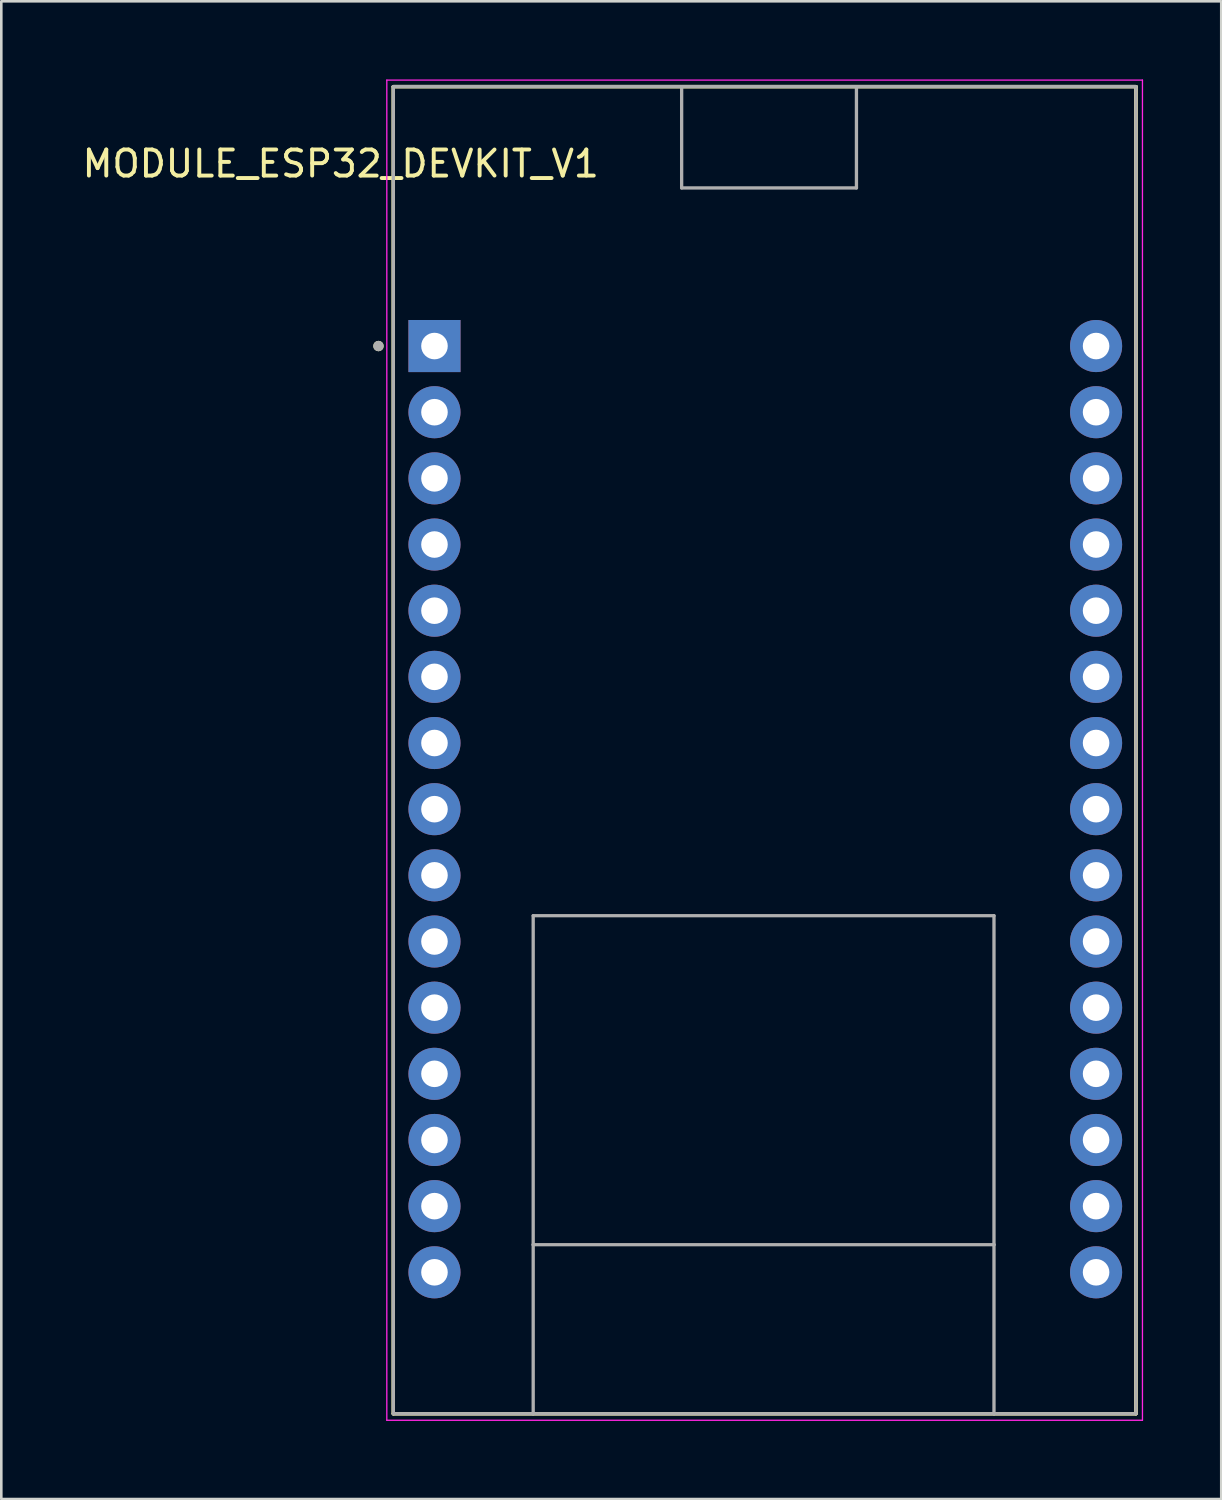
<source format=kicad_pcb>
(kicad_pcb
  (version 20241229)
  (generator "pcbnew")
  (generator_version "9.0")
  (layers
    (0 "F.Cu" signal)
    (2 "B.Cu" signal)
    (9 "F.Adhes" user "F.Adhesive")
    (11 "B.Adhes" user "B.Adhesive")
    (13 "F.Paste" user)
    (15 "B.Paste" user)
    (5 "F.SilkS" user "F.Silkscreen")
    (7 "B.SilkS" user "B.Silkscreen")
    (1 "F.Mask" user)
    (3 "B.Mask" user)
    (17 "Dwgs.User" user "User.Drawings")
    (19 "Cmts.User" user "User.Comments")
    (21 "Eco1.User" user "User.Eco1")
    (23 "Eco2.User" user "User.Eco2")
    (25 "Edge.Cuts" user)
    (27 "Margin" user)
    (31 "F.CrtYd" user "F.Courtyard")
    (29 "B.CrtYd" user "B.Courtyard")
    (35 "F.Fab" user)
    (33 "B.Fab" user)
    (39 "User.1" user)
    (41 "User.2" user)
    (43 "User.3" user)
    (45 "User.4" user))
  (footprint "MODULE_ESP32_DEVKIT_V1"
    (layer "F.Cu")
    (at 26.33 25.75)
    (property "Reference" "MODULE_ESP32_DEVKIT_V1" (at -16.3 -22.515 180) (layer "F.SilkS") (effects (font (size 1 1) (thickness 0.15))))
    (attr through_hole)
    (fp_line (start -14.28 -25.475) (end -3.211 -25.475) (stroke (width 0.127) (type solid)) (layer "F.SilkS"))
    (fp_line (start -14.28 -25.475) (end 14.23 -25.475) (stroke (width 0.127) (type solid)) (layer "F.SilkS"))
    (fp_line (start -14.28 25.475) (end -14.28 -25.475) (stroke (width 0.127) (type solid)) (layer "F.SilkS"))
    (fp_line (start -14.28 25.475) (end -14.28 -25.475) (stroke (width 0.127) (type solid)) (layer "F.SilkS"))
    (fp_line (start -14.28 25.475) (end -8.91 25.475) (stroke (width 0.127) (type solid)) (layer "F.SilkS"))
    (fp_line (start -8.91 25.475) (end 8.78 25.475) (stroke (width 0.127) (type solid)) (layer "F.SilkS"))
    (fp_line (start -3.211 -25.475) (end 3.5 -25.475) (stroke (width 0.127) (type solid)) (layer "F.SilkS"))
    (fp_line (start 3.5 -25.475) (end 14.23 -25.475) (stroke (width 0.127) (type solid)) (layer "F.SilkS"))
    (fp_line (start 8.78 25.475) (end 14.23 25.475) (stroke (width 0.127) (type solid)) (layer "F.SilkS"))
    (fp_line (start 14.23 -25.475) (end 14.23 25.475) (stroke (width 0.127) (type solid)) (layer "F.SilkS"))
    (fp_line (start 14.23 -25.475) (end 14.23 25.475) (stroke (width 0.127) (type solid)) (layer "F.SilkS"))
    (fp_line (start 14.23 25.475) (end -14.28 25.475) (stroke (width 0.127) (type solid)) (layer "F.SilkS"))
    (fp_circle (center -14.85 -15.515) (end -14.75 -15.515) (stroke (width 0.2) (type solid)) (fill no) (layer "F.SilkS"))
    (fp_line (start -14.53 -25.725) (end -14.53 25.725) (stroke (width 0.05) (type solid)) (layer "F.CrtYd"))
    (fp_line (start -14.53 25.725) (end 14.48 25.725) (stroke (width 0.05) (type solid)) (layer "F.CrtYd"))
    (fp_line (start 14.48 -25.725) (end -14.53 -25.725) (stroke (width 0.05) (type solid)) (layer "F.CrtYd"))
    (fp_line (start 14.48 25.725) (end 14.48 -25.725) (stroke (width 0.05) (type solid)) (layer "F.CrtYd"))
    (fp_line (start -14.28 -25.475) (end -3.211 -25.475) (stroke (width 0.127) (type solid)) (layer "F.Fab"))
    (fp_line (start -14.28 25.475) (end -14.28 -25.475) (stroke (width 0.127) (type solid)) (layer "F.Fab"))
    (fp_line (start -14.28 25.475) (end -8.91 25.475) (stroke (width 0.127) (type solid)) (layer "F.Fab"))
    (fp_line (start -8.91 6.355) (end 8.78 6.355) (stroke (width 0.127) (type solid)) (layer "F.Fab"))
    (fp_line (start -8.91 18.985) (end -8.91 6.355) (stroke (width 0.127) (type solid)) (layer "F.Fab"))
    (fp_line (start -8.91 18.985) (end 8.78 18.985) (stroke (width 0.127) (type solid)) (layer "F.Fab"))
    (fp_line (start -8.91 25.475) (end -8.91 18.985) (stroke (width 0.127) (type solid)) (layer "F.Fab"))
    (fp_line (start -8.91 25.475) (end 8.78 25.475) (stroke (width 0.127) (type solid)) (layer "F.Fab"))
    (fp_line (start -3.211 -25.475) (end 3.5 -25.475) (stroke (width 0.127) (type solid)) (layer "F.Fab"))
    (fp_line (start -3.211 -21.585) (end -3.211 -25.475) (stroke (width 0.127) (type solid)) (layer "F.Fab"))
    (fp_line (start 3.5 -25.475) (end 3.5 -21.585) (stroke (width 0.127) (type solid)) (layer "F.Fab"))
    (fp_line (start 3.5 -25.475) (end 14.23 -25.475) (stroke (width 0.127) (type solid)) (layer "F.Fab"))
    (fp_line (start 3.5 -21.585) (end -3.211 -21.585) (stroke (width 0.127) (type solid)) (layer "F.Fab"))
    (fp_line (start 8.78 6.355) (end 8.78 18.985) (stroke (width 0.127) (type solid)) (layer "F.Fab"))
    (fp_line (start 8.78 18.985) (end 8.78 25.475) (stroke (width 0.127) (type solid)) (layer "F.Fab"))
    (fp_line (start 8.78 25.475) (end 14.23 25.475) (stroke (width 0.127) (type solid)) (layer "F.Fab"))
    (fp_line (start 14.23 -25.475) (end 14.23 25.475) (stroke (width 0.127) (type solid)) (layer "F.Fab"))
    (fp_circle (center -14.85 -15.515) (end -14.75 -15.515) (stroke (width 0.2) (type solid)) (fill no) (layer "F.Fab"))
    (pad "1" thru_hole rect (at -12.7 -15.515) (size 2 2) (drill 1.02) (layers "*.Cu" "*.Mask"))
    (pad "2" thru_hole circle (at -12.7 -12.975) (size 2 2) (drill 1.02) (layers "*.Cu" "*.Mask"))
    (pad "3" thru_hole circle (at -12.7 -10.435) (size 2 2) (drill 1.02) (layers "*.Cu" "*.Mask"))
    (pad "4" thru_hole circle (at -12.7 -7.895) (size 2 2) (drill 1.02) (layers "*.Cu" "*.Mask"))
    (pad "5" thru_hole circle (at -12.7 -5.355) (size 2 2) (drill 1.02) (layers "*.Cu" "*.Mask"))
    (pad "6" thru_hole circle (at -12.7 -2.815) (size 2 2) (drill 1.02) (layers "*.Cu" "*.Mask"))
    (pad "7" thru_hole circle (at -12.7 -0.275) (size 2 2) (drill 1.02) (layers "*.Cu" "*.Mask"))
    (pad "8" thru_hole circle (at -12.7 2.265) (size 2 2) (drill 1.02) (layers "*.Cu" "*.Mask"))
    (pad "9" thru_hole circle (at -12.7 4.805) (size 2 2) (drill 1.02) (layers "*.Cu" "*.Mask"))
    (pad "10" thru_hole circle (at -12.7 7.345) (size 2 2) (drill 1.02) (layers "*.Cu" "*.Mask"))
    (pad "11" thru_hole circle (at -12.7 9.885) (size 2 2) (drill 1.02) (layers "*.Cu" "*.Mask"))
    (pad "12" thru_hole circle (at -12.7 12.425) (size 2 2) (drill 1.02) (layers "*.Cu" "*.Mask"))
    (pad "13" thru_hole circle (at -12.7 14.965) (size 2 2) (drill 1.02) (layers "*.Cu" "*.Mask"))
    (pad "14" thru_hole circle (at -12.7 17.505) (size 2 2) (drill 1.02) (layers "*.Cu" "*.Mask"))
    (pad "15" thru_hole circle (at -12.7 20.045) (size 2 2) (drill 1.02) (layers "*.Cu" "*.Mask"))
    (pad "16" thru_hole circle (at 12.7 20.045) (size 2 2) (drill 1.02) (layers "*.Cu" "*.Mask"))
    (pad "17" thru_hole circle (at 12.7 17.505) (size 2 2) (drill 1.02) (layers "*.Cu" "*.Mask"))
    (pad "18" thru_hole circle (at 12.7 14.965) (size 2 2) (drill 1.02) (layers "*.Cu" "*.Mask"))
    (pad "19" thru_hole circle (at 12.7 12.425) (size 2 2) (drill 1.02) (layers "*.Cu" "*.Mask"))
    (pad "20" thru_hole circle (at 12.7 9.885) (size 2 2) (drill 1.02) (layers "*.Cu" "*.Mask"))
    (pad "21" thru_hole circle (at 12.7 7.345) (size 2 2) (drill 1.02) (layers "*.Cu" "*.Mask"))
    (pad "22" thru_hole circle (at 12.7 4.805) (size 2 2) (drill 1.02) (layers "*.Cu" "*.Mask"))
    (pad "23" thru_hole circle (at 12.7 2.265) (size 2 2) (drill 1.02) (layers "*.Cu" "*.Mask"))
    (pad "24" thru_hole circle (at 12.7 -0.275) (size 2 2) (drill 1.02) (layers "*.Cu" "*.Mask"))
    (pad "25" thru_hole circle (at 12.7 -2.815) (size 2 2) (drill 1.02) (layers "*.Cu" "*.Mask"))
    (pad "26" thru_hole circle (at 12.7 -5.355) (size 2 2) (drill 1.02) (layers "*.Cu" "*.Mask"))
    (pad "27" thru_hole circle (at 12.7 -7.895) (size 2 2) (drill 1.02) (layers "*.Cu" "*.Mask"))
    (pad "28" thru_hole circle (at 12.7 -10.435) (size 2 2) (drill 1.02) (layers "*.Cu" "*.Mask"))
    (pad "29" thru_hole circle (at 12.7 -12.975) (size 2 2) (drill 1.02) (layers "*.Cu" "*.Mask"))
    (pad "30" thru_hole circle (at 12.7 -15.515) (size 2 2) (drill 1.02) (layers "*.Cu" "*.Mask"))
    (zone (net_name "") (layer "F.Cu") (hatch full 0.508) (connect_pads) (min_thickness 0.01) (filled_areas_thickness no) (keepout (tracks not_allowed) (vias not_allowed) (pads not_allowed) (copperpour not_allowed) (footprints allowed)) (placement (enabled no)) (fill) (polygon (pts (xy 17.42 44.735) (xy 35.11 44.735) (xy 35.11 51.225) (xy 17.42 51.225))))
    (zone (net_name "") (layers "F.Cu" "B.Cu") (hatch full 0.508) (connect_pads) (min_thickness 0.01) (filled_areas_thickness no) (keepout (tracks allowed) (vias not_allowed) (pads allowed) (copperpour allowed) (footprints allowed)) (placement (enabled no)) (fill) (polygon (pts (xy 17.42 44.735) (xy 35.11 44.735) (xy 35.11 51.225) (xy 17.42 51.225))))
    (zone (net_name "") (layer "B.Cu") (hatch full 0.508) (connect_pads) (min_thickness 0.01) (filled_areas_thickness no) (keepout (tracks not_allowed) (vias not_allowed) (pads not_allowed) (copperpour not_allowed) (footprints allowed)) (placement (enabled no)) (fill) (polygon (pts (xy 17.42 44.735) (xy 35.11 44.735) (xy 35.11 51.225) (xy 17.42 51.225)))))
  (gr_rect
    (start -3 -3)
    (end 43.835 54.5)
    (stroke (width 0.1) (type default))
    (fill no)
    (layer "Edge.Cuts")))
</source>
